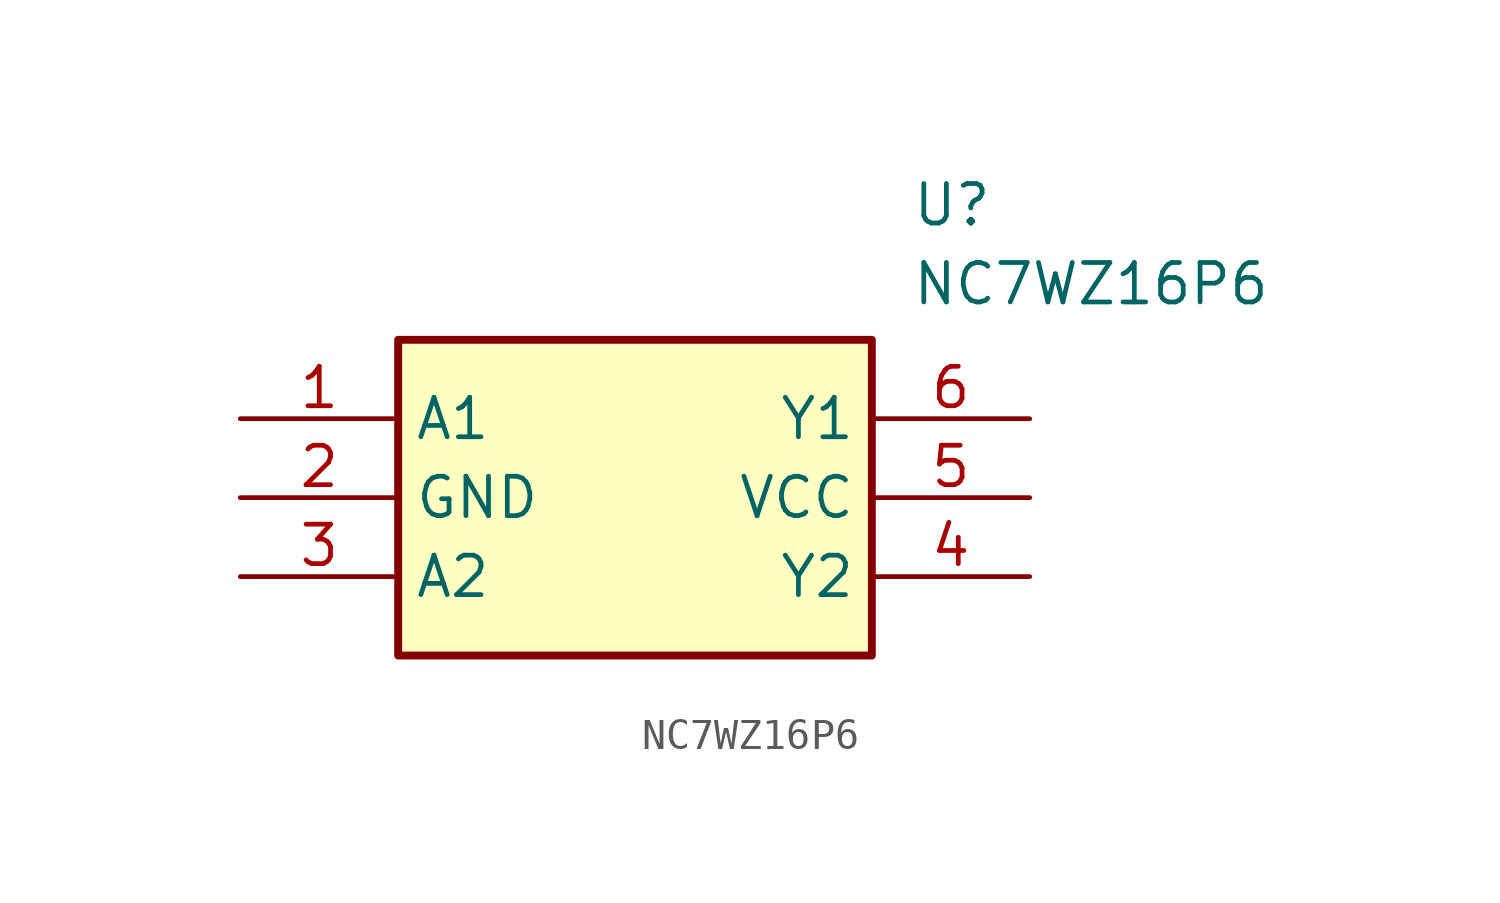
<source format=kicad_sym>
(kicad_symbol_lib
  (version 20211014)
  (generator SamacSys_ECAD_Model)
  (symbol "NC7WZ16P6"
    (property "Reference" "U"
      (at 21.59 7.62 0)
      (effects (font (size 1.27 1.27)) (justify left top)))
    (property "Value" "NC7WZ16P6"
      (at 21.59 5.08 0)
      (effects (font (size 1.27 1.27)) (justify left top)))
    (rectangle
      (start 5.08 2.54)
      (end 20.32 -7.62)
      (stroke (width 0.254) (type default))
      (fill (type background)))
    (pin passive line
      (at 0 0 0)
      (length 5.08)
      (name "A1" (effects (font (size 1.27 1.27))))
      (number "1" (effects (font (size 1.27 1.27)))))
    (pin passive line
      (at 0 -2.54 0)
      (length 5.08)
      (name "GND" (effects (font (size 1.27 1.27))))
      (number "2" (effects (font (size 1.27 1.27)))))
    (pin passive line
      (at 0 -5.08 0)
      (length 5.08)
      (name "A2" (effects (font (size 1.27 1.27))))
      (number "3" (effects (font (size 1.27 1.27)))))
    (pin passive line
      (at 25.4 0 180)
      (length 5.08)
      (name "Y1" (effects (font (size 1.27 1.27))))
      (number "6" (effects (font (size 1.27 1.27)))))
    (pin passive line
      (at 25.4 -2.54 180)
      (length 5.08)
      (name "VCC" (effects (font (size 1.27 1.27))))
      (number "5" (effects (font (size 1.27 1.27)))))
    (pin passive line
      (at 25.4 -5.08 180)
      (length 5.08)
      (name "Y2" (effects (font (size 1.27 1.27))))
      (number "4" (effects (font (size 1.27 1.27)))))))
</source>
